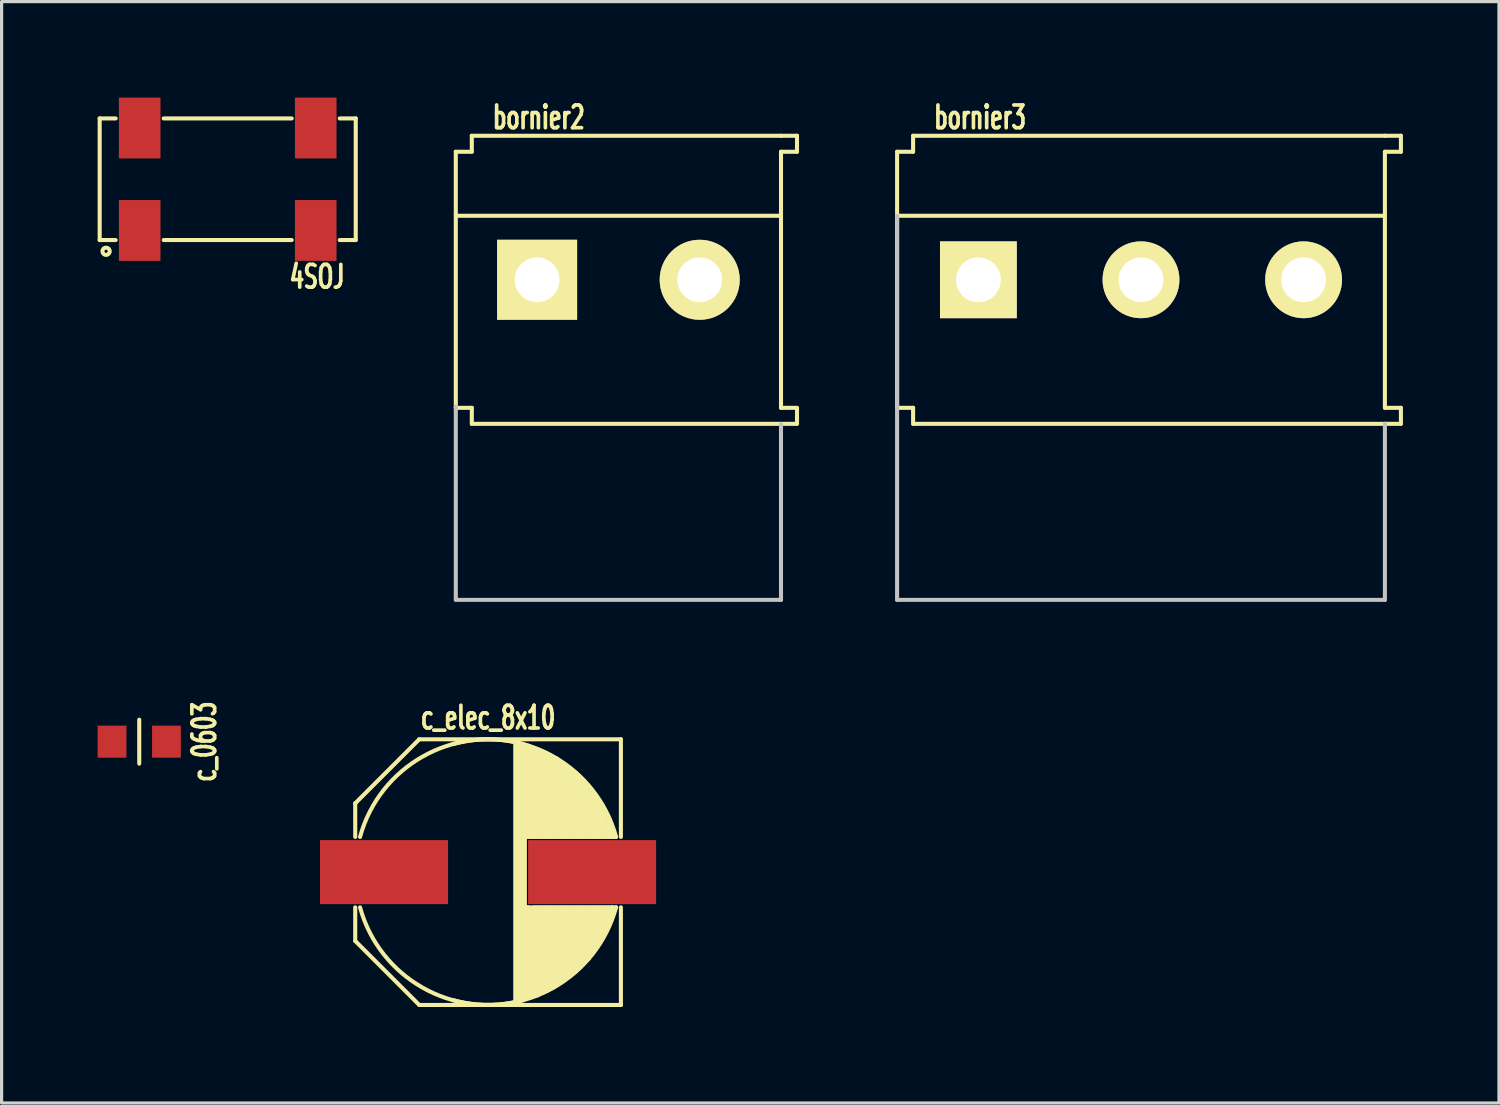
<source format=kicad_pcb>
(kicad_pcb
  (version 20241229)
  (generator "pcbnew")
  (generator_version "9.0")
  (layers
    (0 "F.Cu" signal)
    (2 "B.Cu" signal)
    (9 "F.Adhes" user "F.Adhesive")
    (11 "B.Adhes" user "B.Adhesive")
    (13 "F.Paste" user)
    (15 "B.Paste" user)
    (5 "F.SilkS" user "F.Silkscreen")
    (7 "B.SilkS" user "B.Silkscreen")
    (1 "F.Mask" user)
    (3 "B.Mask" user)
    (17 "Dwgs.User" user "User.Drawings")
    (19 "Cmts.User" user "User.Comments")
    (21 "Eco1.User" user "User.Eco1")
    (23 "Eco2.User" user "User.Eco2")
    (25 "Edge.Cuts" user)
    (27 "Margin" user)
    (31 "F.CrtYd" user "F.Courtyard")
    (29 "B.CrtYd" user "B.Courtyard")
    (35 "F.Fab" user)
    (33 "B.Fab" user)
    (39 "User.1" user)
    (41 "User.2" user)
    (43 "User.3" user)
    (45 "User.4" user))
  (footprint "c_0603"
    (layer "F.Cu")
    (at 1.3 20.121)
    (property "Reference" "c_0603" (at 2.032 0 270) (layer "F.SilkS") (effects (font (size 0.711 0.457) (thickness 0.114))))
    (attr through_hole)
    (fp_line (start 0 -0.686) (end 0 0.686) (stroke (width 0.127) (type solid)) (layer "F.SilkS"))
    (pad "1" smd rect (at 0.85 0) (size 0.899 1.001) (layers "F.Cu" "F.Mask" "F.Paste"))
    (pad "2" smd rect (at -0.85 0) (size 0.899 1.001) (layers "F.Cu" "F.Mask" "F.Paste")))
  (footprint "bornier3"
    (layer "F.Cu")
    (at 27.517 5.691)
    (property "Reference" "bornier3" (at 0.052 -5.074 0) (layer "F.SilkS") (effects (font (size 0.711 0.457) (thickness 0.114))))
    (attr through_hole)
    (fp_line (start -2.54 4) (end -2.54 -4) (stroke (width 0.127) (type solid)) (layer "F.SilkS"))
    (fp_line (start -2.54 4) (end -2.04 4) (stroke (width 0.127) (type solid)) (layer "F.SilkS"))
    (fp_line (start -2.53 -2) (end 12.7 -2) (stroke (width 0.127) (type solid)) (layer "F.SilkS"))
    (fp_line (start -2.04 -4.5) (end -2.04 -4) (stroke (width 0.127) (type solid)) (layer "F.SilkS"))
    (fp_line (start -2.04 -4.5) (end 12.7 -4.5) (stroke (width 0.127) (type solid)) (layer "F.SilkS"))
    (fp_line (start -2.04 -4) (end -2.54 -4) (stroke (width 0.127) (type solid)) (layer "F.SilkS"))
    (fp_line (start -2.04 4) (end -2.04 4.5) (stroke (width 0.127) (type solid)) (layer "F.SilkS"))
    (fp_line (start -2.04 4.5) (end 12.7 4.5) (stroke (width 0.127) (type solid)) (layer "F.SilkS"))
    (fp_line (start 12.7 -4.5) (end 13.2 -4.5) (stroke (width 0.127) (type solid)) (layer "F.SilkS"))
    (fp_line (start 12.7 -4) (end 12.7 4) (stroke (width 0.127) (type solid)) (layer "F.SilkS"))
    (fp_line (start 12.7 4.5) (end 13.2 4.5) (stroke (width 0.127) (type solid)) (layer "F.SilkS"))
    (fp_line (start 13.2 -4.5) (end 13.2 -4) (stroke (width 0.127) (type solid)) (layer "F.SilkS"))
    (fp_line (start 13.2 -4) (end 12.7 -4) (stroke (width 0.127) (type solid)) (layer "F.SilkS"))
    (fp_line (start 13.2 4) (end 12.7 4) (stroke (width 0.127) (type solid)) (layer "F.SilkS"))
    (fp_line (start 13.2 4.5) (end 13.2 4) (stroke (width 0.127) (type solid)) (layer "F.SilkS"))
    (fp_line (start -2.54 -2) (end -2.54 10) (stroke (width 0.127) (type solid)) (layer "Dwgs.User"))
    (fp_line (start 12.7 4.5) (end 12.7 10) (stroke (width 0.127) (type solid)) (layer "Dwgs.User"))
    (fp_line (start 12.7 10) (end -2.54 10) (stroke (width 0.127) (type solid)) (layer "Dwgs.User"))
    (pad "1" thru_hole rect (at 0 0) (size 2.4 2.4) (drill 1.4) (layers "*.Cu" "*.Mask" "F.SilkS"))
    (pad "2" thru_hole circle (at 5.08 0) (size 2.4 2.4) (drill 1.4) (layers "*.Cu" "*.Mask" "F.SilkS"))
    (pad "3" thru_hole circle (at 10.16 0) (size 2.4 2.4) (drill 1.4) (layers "*.Cu" "*.Mask" "F.SilkS")))
  (footprint "4SOJ"
    (layer "F.Cu")
    (at 4.064 2.55)
    (property "Reference" "4SOJ" (at 2.794 3.048 0) (layer "F.SilkS") (effects (font (size 0.711 0.457) (thickness 0.114))))
    (attr through_hole)
    (fp_line (start -4 -1.9) (end -3.5 -1.9) (stroke (width 0.127) (type solid)) (layer "F.SilkS"))
    (fp_line (start -4 1.9) (end -4 -1.9) (stroke (width 0.127) (type solid)) (layer "F.SilkS"))
    (fp_line (start -3.5 1.9) (end -4 1.9) (stroke (width 0.127) (type solid)) (layer "F.SilkS"))
    (fp_line (start -2 -1.9) (end 2 -1.9) (stroke (width 0.127) (type solid)) (layer "F.SilkS"))
    (fp_line (start 2 1.9) (end -2 1.9) (stroke (width 0.127) (type solid)) (layer "F.SilkS"))
    (fp_line (start 3.5 -1.9) (end 4 -1.9) (stroke (width 0.127) (type solid)) (layer "F.SilkS"))
    (fp_line (start 4 -1.9) (end 4 1.9) (stroke (width 0.127) (type solid)) (layer "F.SilkS"))
    (fp_line (start 4 1.9) (end 3.5 1.9) (stroke (width 0.127) (type solid)) (layer "F.SilkS"))
    (fp_circle (center -3.8 2.25) (end -3.75 2.25) (stroke (width 0.127) (type solid)) (fill no) (layer "F.SilkS"))
    (pad "1" smd rect (at -2.75 1.6) (size 1.3 1.9) (layers "F.Cu" "F.Mask" "F.Paste"))
    (pad "2" smd rect (at 2.75 1.6) (size 1.3 1.9) (layers "F.Cu" "F.Mask" "F.Paste"))
    (pad "3" smd rect (at -2.75 -1.6) (size 1.3 1.9) (layers "F.Cu" "F.Mask" "F.Paste"))
    (pad "4" smd rect (at 2.75 -1.6) (size 1.3 1.9) (layers "F.Cu" "F.Mask" "F.Paste")))
  (footprint "bornier2"
    (layer "F.Cu")
    (at 13.73 5.691)
    (property "Reference" "bornier2" (at 0.052 -5.074 0) (layer "F.SilkS") (effects (font (size 0.711 0.457) (thickness 0.114))))
    (attr through_hole)
    (fp_line (start -2.54 -2) (end 7.62 -2) (stroke (width 0.127) (type solid)) (layer "F.SilkS"))
    (fp_line (start -2.54 4) (end -2.54 -4) (stroke (width 0.127) (type solid)) (layer "F.SilkS"))
    (fp_line (start -2.54 4) (end -2.04 4) (stroke (width 0.127) (type solid)) (layer "F.SilkS"))
    (fp_line (start -2.04 -4.5) (end -2.04 -4) (stroke (width 0.127) (type solid)) (layer "F.SilkS"))
    (fp_line (start -2.04 -4.5) (end 7.62 -4.5) (stroke (width 0.127) (type solid)) (layer "F.SilkS"))
    (fp_line (start -2.04 -4) (end -2.54 -4) (stroke (width 0.127) (type solid)) (layer "F.SilkS"))
    (fp_line (start -2.04 4) (end -2.04 4.5) (stroke (width 0.127) (type solid)) (layer "F.SilkS"))
    (fp_line (start 7.62 -4.5) (end 8.12 -4.5) (stroke (width 0.127) (type solid)) (layer "F.SilkS"))
    (fp_line (start 7.62 -4) (end 7.62 4) (stroke (width 0.127) (type solid)) (layer "F.SilkS"))
    (fp_line (start 8.11 4.5) (end -2.04 4.5) (stroke (width 0.127) (type solid)) (layer "F.SilkS"))
    (fp_line (start 8.12 -4) (end 7.62 -4) (stroke (width 0.127) (type solid)) (layer "F.SilkS"))
    (fp_line (start 8.12 -4) (end 8.12 -4.5) (stroke (width 0.127) (type solid)) (layer "F.SilkS"))
    (fp_line (start 8.12 4) (end 7.62 4) (stroke (width 0.127) (type solid)) (layer "F.SilkS"))
    (fp_line (start 8.12 4.01) (end 8.12 4.5) (stroke (width 0.127) (type solid)) (layer "F.SilkS"))
    (fp_line (start -2.54 3.96) (end -2.54 9.99) (stroke (width 0.127) (type solid)) (layer "Dwgs.User"))
    (fp_line (start 7.62 4.51) (end 7.62 10) (stroke (width 0.127) (type solid)) (layer "Dwgs.User"))
    (fp_line (start 7.62 10) (end -2.54 10) (stroke (width 0.127) (type solid)) (layer "Dwgs.User"))
    (pad "1" thru_hole rect (at 0 0) (size 2.5 2.5) (drill 1.4) (layers "*.Cu" "*.Mask" "F.SilkS"))
    (pad "2" thru_hole circle (at 5.08 0) (size 2.5 2.5) (drill 1.4) (layers "*.Cu" "*.Mask" "F.SilkS")))
  (footprint "c_elec_8x10"
    (layer "F.Cu")
    (at 12.198 24.197)
    (property "Reference" "c_elec_8x10" (at 0 -4.826 0) (layer "F.SilkS") (effects (font (size 0.711 0.457) (thickness 0.114))))
    (attr through_hole)
    (fp_line (start -4.15 -1.1) (end -4.15 -2.15) (stroke (width 0.127) (type solid)) (layer "F.SilkS"))
    (fp_line (start -4.15 2.15) (end -4.15 1.1) (stroke (width 0.127) (type solid)) (layer "F.SilkS"))
    (fp_line (start -4.15 2.15) (end -2.15 4.15) (stroke (width 0.127) (type solid)) (layer "F.SilkS"))
    (fp_line (start -2.15 -4.15) (end -4.15 -2.15) (stroke (width 0.127) (type solid)) (layer "F.SilkS"))
    (fp_line (start 0.85 -4.05) (end 0.85 4.05) (stroke (width 0.127) (type solid)) (layer "F.SilkS"))
    (fp_line (start 0.95 -4) (end 0.95 4) (stroke (width 0.127) (type solid)) (layer "F.SilkS"))
    (fp_line (start 1.05 3.95) (end 1.05 -4) (stroke (width 0.127) (type solid)) (layer "F.SilkS"))
    (fp_line (start 1.15 -3.95) (end 1.15 3.95) (stroke (width 0.127) (type solid)) (layer "F.SilkS"))
    (fp_line (start 1.2 -1.1) (end 4 -1.1) (stroke (width 0.127) (type solid)) (layer "F.SilkS"))
    (fp_line (start 1.25 -1.1) (end 1.25 -3.95) (stroke (width 0.127) (type solid)) (layer "F.SilkS"))
    (fp_line (start 1.25 1.1) (end 1.25 3.9) (stroke (width 0.127) (type solid)) (layer "F.SilkS"))
    (fp_line (start 1.35 -3.9) (end 1.35 -1.1) (stroke (width 0.127) (type solid)) (layer "F.SilkS"))
    (fp_line (start 1.35 1.2) (end 1.35 3.9) (stroke (width 0.127) (type solid)) (layer "F.SilkS"))
    (fp_line (start 1.45 -1.1) (end 1.45 -3.85) (stroke (width 0.127) (type solid)) (layer "F.SilkS"))
    (fp_line (start 1.45 3.8) (end 1.45 1.1) (stroke (width 0.127) (type solid)) (layer "F.SilkS"))
    (fp_line (start 1.55 -3.8) (end 1.55 -1.1) (stroke (width 0.127) (type solid)) (layer "F.SilkS"))
    (fp_line (start 1.55 3.85) (end 1.55 1.1) (stroke (width 0.127) (type solid)) (layer "F.SilkS"))
    (fp_line (start 1.65 -1.1) (end 1.65 -3.75) (stroke (width 0.127) (type solid)) (layer "F.SilkS"))
    (fp_line (start 1.65 1.1) (end 1.65 3.75) (stroke (width 0.127) (type solid)) (layer "F.SilkS"))
    (fp_line (start 1.75 -3.75) (end 1.75 -1.1) (stroke (width 0.127) (type solid)) (layer "F.SilkS"))
    (fp_line (start 1.75 3.75) (end 1.75 1.1) (stroke (width 0.127) (type solid)) (layer "F.SilkS"))
    (fp_line (start 1.85 -1.1) (end 1.85 -3.7) (stroke (width 0.127) (type solid)) (layer "F.SilkS"))
    (fp_line (start 1.85 1.1) (end 1.85 3.7) (stroke (width 0.127) (type solid)) (layer "F.SilkS"))
    (fp_line (start 1.95 -3.65) (end 1.95 -1.1) (stroke (width 0.127) (type solid)) (layer "F.SilkS"))
    (fp_line (start 1.95 3.65) (end 1.95 1.1) (stroke (width 0.127) (type solid)) (layer "F.SilkS"))
    (fp_line (start 2.05 -1.1) (end 2.05 -3.55) (stroke (width 0.127) (type solid)) (layer "F.SilkS"))
    (fp_line (start 2.05 1.1) (end 2.05 3.6) (stroke (width 0.127) (type solid)) (layer "F.SilkS"))
    (fp_line (start 2.15 -3.55) (end 2.15 -1.1) (stroke (width 0.127) (type solid)) (layer "F.SilkS"))
    (fp_line (start 2.15 3.5) (end 2.15 1.1) (stroke (width 0.127) (type solid)) (layer "F.SilkS"))
    (fp_line (start 2.25 -1.1) (end 2.25 -3.45) (stroke (width 0.127) (type solid)) (layer "F.SilkS"))
    (fp_line (start 2.25 1.1) (end 2.25 3.45) (stroke (width 0.127) (type solid)) (layer "F.SilkS"))
    (fp_line (start 2.35 -3.4) (end 2.35 -1.1) (stroke (width 0.127) (type solid)) (layer "F.SilkS"))
    (fp_line (start 2.35 3.4) (end 2.35 1.1) (stroke (width 0.127) (type solid)) (layer "F.SilkS"))
    (fp_line (start 2.45 -1.1) (end 2.45 -3.3) (stroke (width 0.127) (type solid)) (layer "F.SilkS"))
    (fp_line (start 2.45 1.1) (end 2.45 3.3) (stroke (width 0.127) (type solid)) (layer "F.SilkS"))
    (fp_line (start 2.55 -3.25) (end 2.55 -1.1) (stroke (width 0.127) (type solid)) (layer "F.SilkS"))
    (fp_line (start 2.55 3.25) (end 2.55 1.1) (stroke (width 0.127) (type solid)) (layer "F.SilkS"))
    (fp_line (start 2.65 -1.1) (end 2.65 -3.15) (stroke (width 0.127) (type solid)) (layer "F.SilkS"))
    (fp_line (start 2.65 1.1) (end 2.65 3.15) (stroke (width 0.127) (type solid)) (layer "F.SilkS"))
    (fp_line (start 2.75 -3.1) (end 2.75 -1.1) (stroke (width 0.127) (type solid)) (layer "F.SilkS"))
    (fp_line (start 2.75 3.1) (end 2.75 1.1) (stroke (width 0.127) (type solid)) (layer "F.SilkS"))
    (fp_line (start 2.85 -1.1) (end 2.85 -3) (stroke (width 0.127) (type solid)) (layer "F.SilkS"))
    (fp_line (start 2.85 1.1) (end 2.85 2.95) (stroke (width 0.127) (type solid)) (layer "F.SilkS"))
    (fp_line (start 2.95 -2.85) (end 2.95 -1.1) (stroke (width 0.127) (type solid)) (layer "F.SilkS"))
    (fp_line (start 2.95 2.85) (end 2.95 1.1) (stroke (width 0.127) (type solid)) (layer "F.SilkS"))
    (fp_line (start 3.05 -1.1) (end 3.05 -2.75) (stroke (width 0.127) (type solid)) (layer "F.SilkS"))
    (fp_line (start 3.05 1.1) (end 3.05 2.75) (stroke (width 0.127) (type solid)) (layer "F.SilkS"))
    (fp_line (start 3.15 -2.65) (end 3.15 -1.1) (stroke (width 0.127) (type solid)) (layer "F.SilkS"))
    (fp_line (start 3.15 2.7) (end 3.15 1.1) (stroke (width 0.127) (type solid)) (layer "F.SilkS"))
    (fp_line (start 3.25 -1.1) (end 3.25 -2.55) (stroke (width 0.127) (type solid)) (layer "F.SilkS"))
    (fp_line (start 3.25 1.1) (end 3.25 2.55) (stroke (width 0.127) (type solid)) (layer "F.SilkS"))
    (fp_line (start 3.35 -2.4) (end 3.35 -1.1) (stroke (width 0.127) (type solid)) (layer "F.SilkS"))
    (fp_line (start 3.35 1.1) (end 3.35 2.4) (stroke (width 0.127) (type solid)) (layer "F.SilkS"))
    (fp_line (start 3.45 -1.1) (end 3.45 -2.25) (stroke (width 0.127) (type solid)) (layer "F.SilkS"))
    (fp_line (start 3.45 1.1) (end 3.45 2.25) (stroke (width 0.127) (type solid)) (layer "F.SilkS"))
    (fp_line (start 3.55 -1.1) (end 3.55 -2.1) (stroke (width 0.127) (type solid)) (layer "F.SilkS"))
    (fp_line (start 3.55 1.1) (end 3.55 2.05) (stroke (width 0.127) (type solid)) (layer "F.SilkS"))
    (fp_line (start 3.65 -1.1) (end 3.65 -1.9) (stroke (width 0.127) (type solid)) (layer "F.SilkS"))
    (fp_line (start 3.65 1.1) (end 3.65 1.9) (stroke (width 0.127) (type solid)) (layer "F.SilkS"))
    (fp_line (start 3.75 -1.1) (end 3.75 -1.65) (stroke (width 0.127) (type solid)) (layer "F.SilkS"))
    (fp_line (start 3.75 1.1) (end 3.75 1.7) (stroke (width 0.127) (type solid)) (layer "F.SilkS"))
    (fp_line (start 3.85 -1.1) (end 3.85 -1.5) (stroke (width 0.127) (type solid)) (layer "F.SilkS"))
    (fp_line (start 3.85 1.1) (end 3.85 1.45) (stroke (width 0.127) (type solid)) (layer "F.SilkS"))
    (fp_line (start 3.9 -1.1) (end 3.9 -1.25) (stroke (width 0.127) (type solid)) (layer "F.SilkS"))
    (fp_line (start 3.9 1.1) (end 3.9 1.2) (stroke (width 0.127) (type solid)) (layer "F.SilkS"))
    (fp_line (start 4 1.1) (end 1.2 1.1) (stroke (width 0.127) (type solid)) (layer "F.SilkS"))
    (fp_line (start 4.15 -4.15) (end -2.15 -4.15) (stroke (width 0.127) (type solid)) (layer "F.SilkS"))
    (fp_line (start 4.15 -4.15) (end 4.15 -1.1) (stroke (width 0.127) (type solid)) (layer "F.SilkS"))
    (fp_line (start 4.15 4.15) (end -2.15 4.15) (stroke (width 0.127) (type solid)) (layer "F.SilkS"))
    (fp_line (start 4.15 4.15) (end 4.15 1.1) (stroke (width 0.127) (type solid)) (layer "F.SilkS"))
    (fp_arc (start -4 -1.1) (mid -2.05061 -3.606245) (end 1.1 -4) (stroke (width 0.127) (type solid)) (layer "F.SilkS"))
    (fp_arc (start -1.1 -4) (mid 2.05061 -3.606245) (end 4 -1.1) (stroke (width 0.127) (type solid)) (layer "F.SilkS"))
    (fp_arc (start 1.1 4) (mid -2.05061 3.606245) (end -4 1.1) (stroke (width 0.127) (type solid)) (layer "F.SilkS"))
    (fp_arc (start 4 1.1) (mid 2.05061 3.606245) (end -1.1 4) (stroke (width 0.127) (type solid)) (layer "F.SilkS"))
    (pad "1" smd rect (at -3.25 0) (size 4 2) (layers "F.Cu" "F.Mask" "F.Paste"))
    (pad "2" smd rect (at 3.25 0) (size 4 2) (layers "F.Cu" "F.Mask" "F.Paste")))
  (gr_rect
    (start -3 -3)
    (end 43.781 31.41)
    (stroke (width 0.1) (type default))
    (fill no)
    (layer "Edge.Cuts")))
</source>
